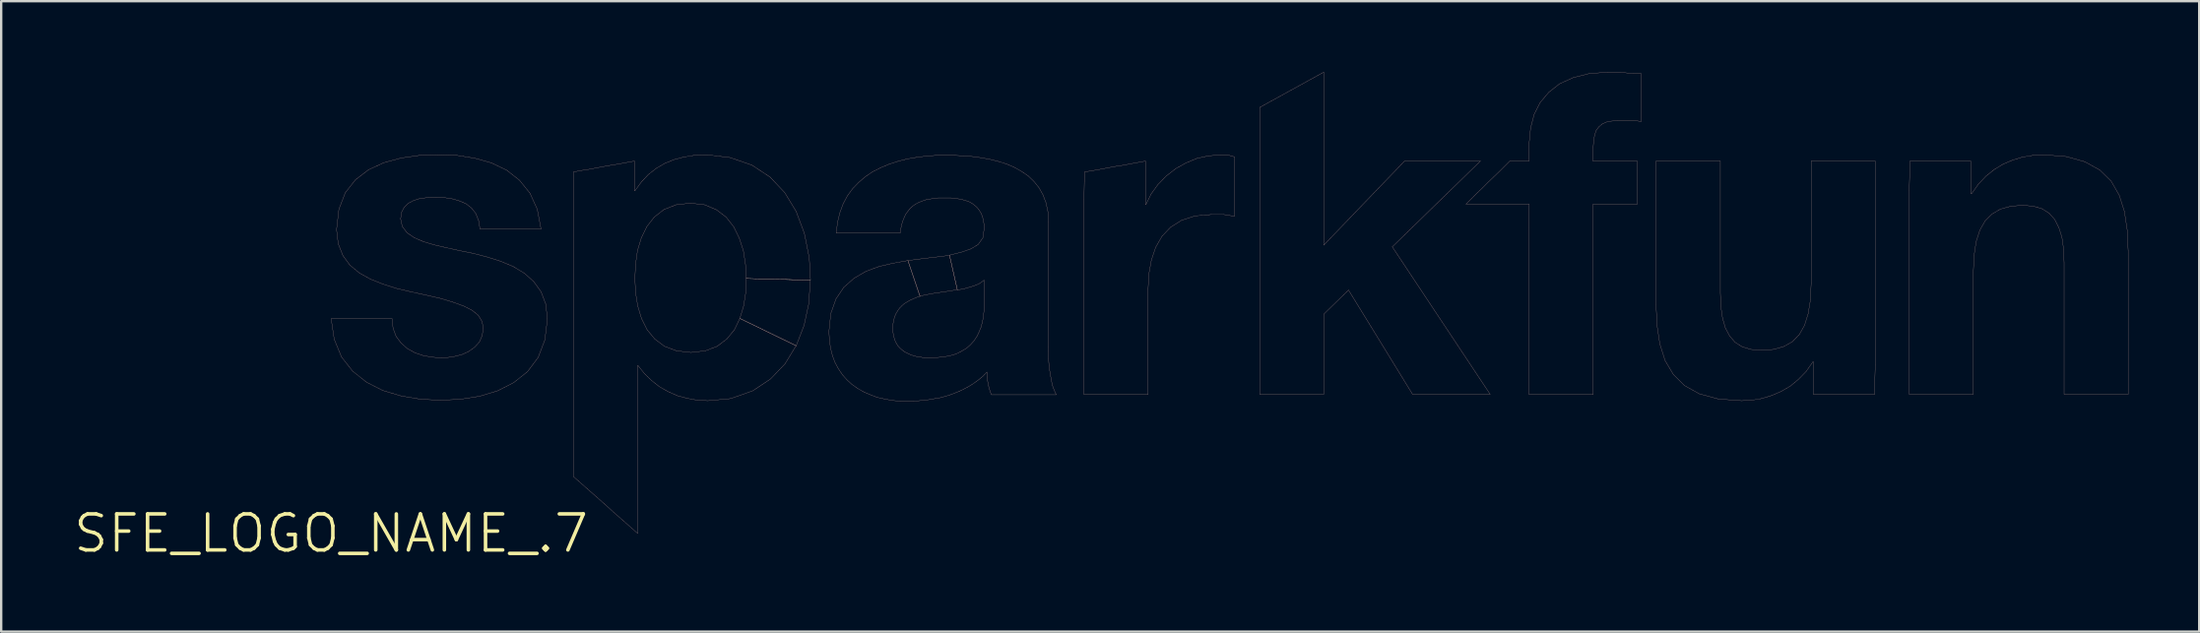
<source format=kicad_pcb>
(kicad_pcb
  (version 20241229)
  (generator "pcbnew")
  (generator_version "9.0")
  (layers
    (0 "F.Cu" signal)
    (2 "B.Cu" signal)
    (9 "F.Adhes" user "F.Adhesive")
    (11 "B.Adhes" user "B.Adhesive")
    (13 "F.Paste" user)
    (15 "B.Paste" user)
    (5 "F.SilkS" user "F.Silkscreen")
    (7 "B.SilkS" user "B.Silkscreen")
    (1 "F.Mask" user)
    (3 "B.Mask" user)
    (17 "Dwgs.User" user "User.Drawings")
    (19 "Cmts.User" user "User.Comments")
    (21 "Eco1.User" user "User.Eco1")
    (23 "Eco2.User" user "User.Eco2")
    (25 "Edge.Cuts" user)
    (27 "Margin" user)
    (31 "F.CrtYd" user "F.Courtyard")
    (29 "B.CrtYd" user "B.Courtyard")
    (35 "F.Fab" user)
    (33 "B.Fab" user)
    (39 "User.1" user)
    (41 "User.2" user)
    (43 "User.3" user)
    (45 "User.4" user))
  (footprint "SFE_LOGO_NAME_.7"
    (layer "F.Cu")
    (at 10.958 19.524)
    (property "Reference" "SFE_LOGO_NAME_.7" (at 0 0 0) (layer "F.SilkS") (effects (font (size 1.524 1.524) (thickness 0.15))))
    (attr exclude_from_pos_files exclude_from_bom)
    (fp_line (start 0 -9.088) (end 2.248 -9.088) (stroke (width 0.008) (type solid)) (layer "B.SilkS"))
    (fp_line (start 0.13 -8.219) (end 0 -9.088) (stroke (width 0.008) (type solid)) (layer "B.SilkS"))
    (fp_line (start 0.229 -12.857) (end 0.328 -13.719) (stroke (width 0.008) (type solid)) (layer "B.SilkS"))
    (fp_line (start 0.3 -12.258) (end 0.229 -12.857) (stroke (width 0.008) (type solid)) (layer "B.SilkS"))
    (fp_line (start 0.328 -13.719) (end 0.599 -14.42) (stroke (width 0.008) (type solid)) (layer "B.SilkS"))
    (fp_line (start 0.439 -7.468) (end 0.13 -8.219) (stroke (width 0.008) (type solid)) (layer "B.SilkS"))
    (fp_line (start 0.498 -11.758) (end 0.3 -12.258) (stroke (width 0.008) (type solid)) (layer "B.SilkS"))
    (fp_line (start 0.599 -14.42) (end 1.029 -14.968) (stroke (width 0.008) (type solid)) (layer "B.SilkS"))
    (fp_line (start 0.798 -11.349) (end 0.498 -11.758) (stroke (width 0.008) (type solid)) (layer "B.SilkS"))
    (fp_line (start 0.909 -6.868) (end 0.439 -7.468) (stroke (width 0.008) (type solid)) (layer "B.SilkS"))
    (fp_line (start 1.029 -14.968) (end 1.58 -15.39) (stroke (width 0.008) (type solid)) (layer "B.SilkS"))
    (fp_line (start 1.199 -11.019) (end 0.798 -11.349) (stroke (width 0.008) (type solid)) (layer "B.SilkS"))
    (fp_line (start 1.499 -6.398) (end 0.909 -6.868) (stroke (width 0.008) (type solid)) (layer "B.SilkS"))
    (fp_line (start 1.58 -15.39) (end 2.228 -15.69) (stroke (width 0.008) (type solid)) (layer "B.SilkS"))
    (fp_line (start 1.669 -10.759) (end 1.199 -11.019) (stroke (width 0.008) (type solid)) (layer "B.SilkS"))
    (fp_line (start 2.189 -6.048) (end 1.499 -6.398) (stroke (width 0.008) (type solid)) (layer "B.SilkS"))
    (fp_line (start 2.2 -10.549) (end 1.669 -10.759) (stroke (width 0.008) (type solid)) (layer "B.SilkS"))
    (fp_line (start 2.228 -15.69) (end 2.959 -15.888) (stroke (width 0.008) (type solid)) (layer "B.SilkS"))
    (fp_line (start 2.248 -9.088) (end 2.578 -9.088) (stroke (width 0.008) (type solid)) (layer "B.SilkS"))
    (fp_line (start 2.578 -9.088) (end 2.619 -8.689) (stroke (width 0.008) (type solid)) (layer "B.SilkS"))
    (fp_line (start 2.619 -8.689) (end 2.748 -8.339) (stroke (width 0.008) (type solid)) (layer "B.SilkS"))
    (fp_line (start 2.748 -8.339) (end 2.959 -8.059) (stroke (width 0.008) (type solid)) (layer "B.SilkS"))
    (fp_line (start 2.769 -10.368) (end 2.2 -10.549) (stroke (width 0.008) (type solid)) (layer "B.SilkS"))
    (fp_line (start 2.939 -13.31) (end 3.01 -12.99) (stroke (width 0.008) (type solid)) (layer "B.SilkS"))
    (fp_line (start 2.959 -15.888) (end 3.729 -15.999) (stroke (width 0.008) (type solid)) (layer "B.SilkS"))
    (fp_line (start 2.959 -8.059) (end 3.218 -7.828) (stroke (width 0.008) (type solid)) (layer "B.SilkS"))
    (fp_line (start 2.959 -5.819) (end 2.189 -6.048) (stroke (width 0.008) (type solid)) (layer "B.SilkS"))
    (fp_line (start 2.979 -13.589) (end 2.939 -13.31) (stroke (width 0.008) (type solid)) (layer "B.SilkS"))
    (fp_line (start 3.01 -12.99) (end 3.208 -12.728) (stroke (width 0.008) (type solid)) (layer "B.SilkS"))
    (fp_line (start 3.089 -13.8) (end 2.979 -13.589) (stroke (width 0.008) (type solid)) (layer "B.SilkS"))
    (fp_line (start 3.208 -12.728) (end 3.508 -12.52) (stroke (width 0.008) (type solid)) (layer "B.SilkS"))
    (fp_line (start 3.218 -7.828) (end 3.538 -7.648) (stroke (width 0.008) (type solid)) (layer "B.SilkS"))
    (fp_line (start 3.259 -13.97) (end 3.089 -13.8) (stroke (width 0.008) (type solid)) (layer "B.SilkS"))
    (fp_line (start 3.358 -10.229) (end 2.769 -10.368) (stroke (width 0.008) (type solid)) (layer "B.SilkS"))
    (fp_line (start 3.47 -14.079) (end 3.259 -13.97) (stroke (width 0.008) (type solid)) (layer "B.SilkS"))
    (fp_line (start 3.508 -12.52) (end 3.899 -12.349) (stroke (width 0.008) (type solid)) (layer "B.SilkS"))
    (fp_line (start 3.538 -7.648) (end 3.889 -7.529) (stroke (width 0.008) (type solid)) (layer "B.SilkS"))
    (fp_line (start 3.698 -14.158) (end 3.47 -14.079) (stroke (width 0.008) (type solid)) (layer "B.SilkS"))
    (fp_line (start 3.729 -15.999) (end 4.519 -16.03) (stroke (width 0.008) (type solid)) (layer "B.SilkS"))
    (fp_line (start 3.79 -5.679) (end 2.959 -5.819) (stroke (width 0.008) (type solid)) (layer "B.SilkS"))
    (fp_line (start 3.889 -7.529) (end 4.27 -7.46) (stroke (width 0.008) (type solid)) (layer "B.SilkS"))
    (fp_line (start 3.899 -12.349) (end 4.369 -12.21) (stroke (width 0.008) (type solid)) (layer "B.SilkS"))
    (fp_line (start 3.96 -14.199) (end 3.698 -14.158) (stroke (width 0.008) (type solid)) (layer "B.SilkS"))
    (fp_line (start 4.049 -10.079) (end 3.358 -10.229) (stroke (width 0.008) (type solid)) (layer "B.SilkS"))
    (fp_line (start 4.209 -14.229) (end 3.96 -14.199) (stroke (width 0.008) (type solid)) (layer "B.SilkS"))
    (fp_line (start 4.27 -7.46) (end 4.658 -7.429) (stroke (width 0.008) (type solid)) (layer "B.SilkS"))
    (fp_line (start 4.369 -12.21) (end 4.889 -12.088) (stroke (width 0.008) (type solid)) (layer "B.SilkS"))
    (fp_line (start 4.448 -14.229) (end 4.209 -14.229) (stroke (width 0.008) (type solid)) (layer "B.SilkS"))
    (fp_line (start 4.519 -16.03) (end 5.319 -15.999) (stroke (width 0.008) (type solid)) (layer "B.SilkS"))
    (fp_line (start 4.638 -5.639) (end 3.79 -5.679) (stroke (width 0.008) (type solid)) (layer "B.SilkS"))
    (fp_line (start 4.658 -9.939) (end 4.049 -10.079) (stroke (width 0.008) (type solid)) (layer "B.SilkS"))
    (fp_line (start 4.658 -7.429) (end 4.958 -7.45) (stroke (width 0.008) (type solid)) (layer "B.SilkS"))
    (fp_line (start 4.808 -14.209) (end 4.448 -14.229) (stroke (width 0.008) (type solid)) (layer "B.SilkS"))
    (fp_line (start 4.889 -12.088) (end 5.438 -11.968) (stroke (width 0.008) (type solid)) (layer "B.SilkS"))
    (fp_line (start 4.958 -7.45) (end 5.258 -7.498) (stroke (width 0.008) (type solid)) (layer "B.SilkS"))
    (fp_line (start 5.138 -14.158) (end 4.808 -14.209) (stroke (width 0.008) (type solid)) (layer "B.SilkS"))
    (fp_line (start 5.179 -9.779) (end 4.658 -9.939) (stroke (width 0.008) (type solid)) (layer "B.SilkS"))
    (fp_line (start 5.258 -7.498) (end 5.558 -7.579) (stroke (width 0.008) (type solid)) (layer "B.SilkS"))
    (fp_line (start 5.319 -15.999) (end 6.078 -15.878) (stroke (width 0.008) (type solid)) (layer "B.SilkS"))
    (fp_line (start 5.438 -14.069) (end 5.138 -14.158) (stroke (width 0.008) (type solid)) (layer "B.SilkS"))
    (fp_line (start 5.438 -11.968) (end 6.02 -11.849) (stroke (width 0.008) (type solid)) (layer "B.SilkS"))
    (fp_line (start 5.469 -5.679) (end 4.638 -5.639) (stroke (width 0.008) (type solid)) (layer "B.SilkS"))
    (fp_line (start 5.558 -7.579) (end 5.829 -7.709) (stroke (width 0.008) (type solid)) (layer "B.SilkS"))
    (fp_line (start 5.618 -9.619) (end 5.179 -9.779) (stroke (width 0.008) (type solid)) (layer "B.SilkS"))
    (fp_line (start 5.71 -13.95) (end 5.438 -14.069) (stroke (width 0.008) (type solid)) (layer "B.SilkS"))
    (fp_line (start 5.829 -7.709) (end 6.068 -7.879) (stroke (width 0.008) (type solid)) (layer "B.SilkS"))
    (fp_line (start 5.939 -13.769) (end 5.71 -13.95) (stroke (width 0.008) (type solid)) (layer "B.SilkS"))
    (fp_line (start 5.969 -9.439) (end 5.618 -9.619) (stroke (width 0.008) (type solid)) (layer "B.SilkS"))
    (fp_line (start 6.02 -11.849) (end 6.599 -11.699) (stroke (width 0.008) (type solid)) (layer "B.SilkS"))
    (fp_line (start 6.068 -7.879) (end 6.269 -8.098) (stroke (width 0.008) (type solid)) (layer "B.SilkS"))
    (fp_line (start 6.078 -15.878) (end 6.789 -15.679) (stroke (width 0.008) (type solid)) (layer "B.SilkS"))
    (fp_line (start 6.119 -13.538) (end 5.939 -13.769) (stroke (width 0.008) (type solid)) (layer "B.SilkS"))
    (fp_line (start 6.228 -9.228) (end 5.969 -9.439) (stroke (width 0.008) (type solid)) (layer "B.SilkS"))
    (fp_line (start 6.238 -13.238) (end 6.119 -13.538) (stroke (width 0.008) (type solid)) (layer "B.SilkS"))
    (fp_line (start 6.269 -8.098) (end 6.388 -8.369) (stroke (width 0.008) (type solid)) (layer "B.SilkS"))
    (fp_line (start 6.289 -5.809) (end 5.469 -5.679) (stroke (width 0.008) (type solid)) (layer "B.SilkS"))
    (fp_line (start 6.299 -12.878) (end 6.238 -13.238) (stroke (width 0.008) (type solid)) (layer "B.SilkS"))
    (fp_line (start 6.378 -8.979) (end 6.228 -9.228) (stroke (width 0.008) (type solid)) (layer "B.SilkS"))
    (fp_line (start 6.388 -8.369) (end 6.439 -8.7) (stroke (width 0.008) (type solid)) (layer "B.SilkS"))
    (fp_line (start 6.439 -8.7) (end 6.378 -8.979) (stroke (width 0.008) (type solid)) (layer "B.SilkS"))
    (fp_line (start 6.599 -11.699) (end 7.168 -11.519) (stroke (width 0.008) (type solid)) (layer "B.SilkS"))
    (fp_line (start 6.789 -15.679) (end 7.429 -15.37) (stroke (width 0.008) (type solid)) (layer "B.SilkS"))
    (fp_line (start 7.048 -6.038) (end 6.289 -5.809) (stroke (width 0.008) (type solid)) (layer "B.SilkS"))
    (fp_line (start 7.168 -11.519) (end 7.699 -11.298) (stroke (width 0.008) (type solid)) (layer "B.SilkS"))
    (fp_line (start 7.429 -15.37) (end 7.968 -14.948) (stroke (width 0.008) (type solid)) (layer "B.SilkS"))
    (fp_line (start 7.699 -11.298) (end 8.179 -11.008) (stroke (width 0.008) (type solid)) (layer "B.SilkS"))
    (fp_line (start 7.729 -6.388) (end 7.048 -6.038) (stroke (width 0.008) (type solid)) (layer "B.SilkS"))
    (fp_line (start 7.968 -14.948) (end 8.41 -14.399) (stroke (width 0.008) (type solid)) (layer "B.SilkS"))
    (fp_line (start 8.179 -11.008) (end 8.57 -10.658) (stroke (width 0.008) (type solid)) (layer "B.SilkS"))
    (fp_line (start 8.308 -6.848) (end 7.729 -6.388) (stroke (width 0.008) (type solid)) (layer "B.SilkS"))
    (fp_line (start 8.41 -14.399) (end 8.72 -13.719) (stroke (width 0.008) (type solid)) (layer "B.SilkS"))
    (fp_line (start 8.57 -10.658) (end 8.88 -10.229) (stroke (width 0.008) (type solid)) (layer "B.SilkS"))
    (fp_line (start 8.72 -13.719) (end 8.88 -12.878) (stroke (width 0.008) (type solid)) (layer "B.SilkS"))
    (fp_line (start 8.758 -7.45) (end 8.308 -6.848) (stroke (width 0.008) (type solid)) (layer "B.SilkS"))
    (fp_line (start 8.88 -12.878) (end 6.299 -12.878) (stroke (width 0.008) (type solid)) (layer "B.SilkS"))
    (fp_line (start 8.88 -10.229) (end 9.078 -9.708) (stroke (width 0.008) (type solid)) (layer "B.SilkS"))
    (fp_line (start 9.04 -8.189) (end 8.758 -7.45) (stroke (width 0.008) (type solid)) (layer "B.SilkS"))
    (fp_line (start 9.078 -9.708) (end 9.149 -9.078) (stroke (width 0.008) (type solid)) (layer "B.SilkS"))
    (fp_line (start 9.149 -9.078) (end 9.04 -8.189) (stroke (width 0.008) (type solid)) (layer "B.SilkS"))
    (fp_line (start 10.249 -15.298) (end 10.579 -15.359) (stroke (width 0.008) (type solid)) (layer "B.SilkS"))
    (fp_line (start 10.249 -2.408) (end 10.249 -15.298) (stroke (width 0.008) (type solid)) (layer "B.SilkS"))
    (fp_line (start 10.579 -15.359) (end 10.899 -15.408) (stroke (width 0.008) (type solid)) (layer "B.SilkS"))
    (fp_line (start 10.589 -2.108) (end 10.249 -2.408) (stroke (width 0.008) (type solid)) (layer "B.SilkS"))
    (fp_line (start 10.899 -15.408) (end 11.219 -15.469) (stroke (width 0.008) (type solid)) (layer "B.SilkS"))
    (fp_line (start 10.93 -1.808) (end 10.589 -2.108) (stroke (width 0.008) (type solid)) (layer "B.SilkS"))
    (fp_line (start 11.219 -15.469) (end 11.539 -15.53) (stroke (width 0.008) (type solid)) (layer "B.SilkS"))
    (fp_line (start 11.27 -1.509) (end 10.93 -1.808) (stroke (width 0.008) (type solid)) (layer "B.SilkS"))
    (fp_line (start 11.539 -15.53) (end 11.869 -15.588) (stroke (width 0.008) (type solid)) (layer "B.SilkS"))
    (fp_line (start 11.608 -1.209) (end 11.27 -1.509) (stroke (width 0.008) (type solid)) (layer "B.SilkS"))
    (fp_line (start 11.869 -15.588) (end 12.189 -15.639) (stroke (width 0.008) (type solid)) (layer "B.SilkS"))
    (fp_line (start 11.948 -0.899) (end 11.608 -1.209) (stroke (width 0.008) (type solid)) (layer "B.SilkS"))
    (fp_line (start 12.189 -15.639) (end 12.509 -15.7) (stroke (width 0.008) (type solid)) (layer "B.SilkS"))
    (fp_line (start 12.289 -0.599) (end 11.948 -0.899) (stroke (width 0.008) (type solid)) (layer "B.SilkS"))
    (fp_line (start 12.509 -15.7) (end 12.83 -15.758) (stroke (width 0.008) (type solid)) (layer "B.SilkS"))
    (fp_line (start 12.629 -0.3) (end 12.289 -0.599) (stroke (width 0.008) (type solid)) (layer "B.SilkS"))
    (fp_line (start 12.83 -15.758) (end 12.83 -14.498) (stroke (width 0.008) (type solid)) (layer "B.SilkS"))
    (fp_line (start 12.83 -14.498) (end 12.85 -14.498) (stroke (width 0.008) (type solid)) (layer "B.SilkS"))
    (fp_line (start 12.85 -14.498) (end 13.119 -14.869) (stroke (width 0.008) (type solid)) (layer "B.SilkS"))
    (fp_line (start 12.85 -10.79) (end 12.878 -10.198) (stroke (width 0.008) (type solid)) (layer "B.SilkS"))
    (fp_line (start 12.878 -11.389) (end 12.85 -10.79) (stroke (width 0.008) (type solid)) (layer "B.SilkS"))
    (fp_line (start 12.878 -10.198) (end 12.969 -9.629) (stroke (width 0.008) (type solid)) (layer "B.SilkS"))
    (fp_line (start 12.959 -11.968) (end 12.878 -11.389) (stroke (width 0.008) (type solid)) (layer "B.SilkS"))
    (fp_line (start 12.969 -9.629) (end 13.129 -9.098) (stroke (width 0.008) (type solid)) (layer "B.SilkS"))
    (fp_line (start 12.969 -7.109) (end 12.969 0) (stroke (width 0.008) (type solid)) (layer "B.SilkS"))
    (fp_line (start 12.969 0) (end 12.629 -0.3) (stroke (width 0.008) (type solid)) (layer "B.SilkS"))
    (fp_line (start 12.979 -7.109) (end 12.969 -7.109) (stroke (width 0.008) (type solid)) (layer "B.SilkS"))
    (fp_line (start 13.119 -14.869) (end 13.419 -15.189) (stroke (width 0.008) (type solid)) (layer "B.SilkS"))
    (fp_line (start 13.119 -12.499) (end 12.959 -11.968) (stroke (width 0.008) (type solid)) (layer "B.SilkS"))
    (fp_line (start 13.129 -9.098) (end 13.368 -8.618) (stroke (width 0.008) (type solid)) (layer "B.SilkS"))
    (fp_line (start 13.249 -6.769) (end 12.979 -7.109) (stroke (width 0.008) (type solid)) (layer "B.SilkS"))
    (fp_line (start 13.358 -12.99) (end 13.119 -12.499) (stroke (width 0.008) (type solid)) (layer "B.SilkS"))
    (fp_line (start 13.368 -8.618) (end 13.688 -8.23) (stroke (width 0.008) (type solid)) (layer "B.SilkS"))
    (fp_line (start 13.419 -15.189) (end 13.749 -15.448) (stroke (width 0.008) (type solid)) (layer "B.SilkS"))
    (fp_line (start 13.559 -6.469) (end 13.249 -6.769) (stroke (width 0.008) (type solid)) (layer "B.SilkS"))
    (fp_line (start 13.668 -13.388) (end 13.358 -12.99) (stroke (width 0.008) (type solid)) (layer "B.SilkS"))
    (fp_line (start 13.688 -8.23) (end 14.1 -7.92) (stroke (width 0.008) (type solid)) (layer "B.SilkS"))
    (fp_line (start 13.749 -15.448) (end 14.11 -15.659) (stroke (width 0.008) (type solid)) (layer "B.SilkS"))
    (fp_line (start 13.889 -6.208) (end 13.559 -6.469) (stroke (width 0.008) (type solid)) (layer "B.SilkS"))
    (fp_line (start 14.079 -13.708) (end 13.668 -13.388) (stroke (width 0.008) (type solid)) (layer "B.SilkS"))
    (fp_line (start 14.1 -7.92) (end 14.608 -7.729) (stroke (width 0.008) (type solid)) (layer "B.SilkS"))
    (fp_line (start 14.11 -15.659) (end 14.498 -15.819) (stroke (width 0.008) (type solid)) (layer "B.SilkS"))
    (fp_line (start 14.26 -5.999) (end 13.889 -6.208) (stroke (width 0.008) (type solid)) (layer "B.SilkS"))
    (fp_line (start 14.498 -15.819) (end 14.91 -15.928) (stroke (width 0.008) (type solid)) (layer "B.SilkS"))
    (fp_line (start 14.59 -13.909) (end 14.079 -13.708) (stroke (width 0.008) (type solid)) (layer "B.SilkS"))
    (fp_line (start 14.608 -7.729) (end 15.22 -7.658) (stroke (width 0.008) (type solid)) (layer "B.SilkS"))
    (fp_line (start 14.648 -5.829) (end 14.26 -5.999) (stroke (width 0.008) (type solid)) (layer "B.SilkS"))
    (fp_line (start 14.91 -15.928) (end 15.339 -15.999) (stroke (width 0.008) (type solid)) (layer "B.SilkS"))
    (fp_line (start 15.06 -5.718) (end 14.648 -5.829) (stroke (width 0.008) (type solid)) (layer "B.SilkS"))
    (fp_line (start 15.199 -13.978) (end 14.59 -13.909) (stroke (width 0.008) (type solid)) (layer "B.SilkS"))
    (fp_line (start 15.22 -7.658) (end 15.829 -7.729) (stroke (width 0.008) (type solid)) (layer "B.SilkS"))
    (fp_line (start 15.339 -15.999) (end 15.789 -16.02) (stroke (width 0.008) (type solid)) (layer "B.SilkS"))
    (fp_line (start 15.489 -5.639) (end 15.06 -5.718) (stroke (width 0.008) (type solid)) (layer "B.SilkS"))
    (fp_line (start 15.789 -16.02) (end 15.928 -16.02) (stroke (width 0.008) (type solid)) (layer "B.SilkS"))
    (fp_line (start 15.799 -13.909) (end 15.199 -13.978) (stroke (width 0.008) (type solid)) (layer "B.SilkS"))
    (fp_line (start 15.829 -7.729) (end 16.33 -7.92) (stroke (width 0.008) (type solid)) (layer "B.SilkS"))
    (fp_line (start 15.928 -16.02) (end 16.868 -15.908) (stroke (width 0.008) (type solid)) (layer "B.SilkS"))
    (fp_line (start 15.938 -5.618) (end 15.489 -5.639) (stroke (width 0.008) (type solid)) (layer "B.SilkS"))
    (fp_line (start 16.299 -13.698) (end 15.799 -13.909) (stroke (width 0.008) (type solid)) (layer "B.SilkS"))
    (fp_line (start 16.33 -7.92) (end 16.739 -8.23) (stroke (width 0.008) (type solid)) (layer "B.SilkS"))
    (fp_line (start 16.708 -13.388) (end 16.299 -13.698) (stroke (width 0.008) (type solid)) (layer "B.SilkS"))
    (fp_line (start 16.739 -8.23) (end 17.059 -8.618) (stroke (width 0.008) (type solid)) (layer "B.SilkS"))
    (fp_line (start 16.838 -5.7) (end 15.938 -5.618) (stroke (width 0.008) (type solid)) (layer "B.SilkS"))
    (fp_line (start 16.868 -15.908) (end 17.798 -15.588) (stroke (width 0.008) (type solid)) (layer "B.SilkS"))
    (fp_line (start 16.96 -5.728) (end 16.838 -5.7) (stroke (width 0.008) (type solid)) (layer "B.SilkS"))
    (fp_line (start 17.028 -12.979) (end 16.708 -13.388) (stroke (width 0.008) (type solid)) (layer "B.SilkS"))
    (fp_line (start 17.059 -8.618) (end 17.29 -9.098) (stroke (width 0.008) (type solid)) (layer "B.SilkS"))
    (fp_line (start 17.269 -12.489) (end 17.028 -12.979) (stroke (width 0.008) (type solid)) (layer "B.SilkS"))
    (fp_line (start 17.29 -9.098) (end 17.45 -9.629) (stroke (width 0.008) (type solid)) (layer "B.SilkS"))
    (fp_line (start 17.29 -9.098) (end 19.67 -7.948) (stroke (width 0.008) (type solid)) (layer "B.SilkS"))
    (fp_line (start 17.44 -11.958) (end 17.269 -12.489) (stroke (width 0.008) (type solid)) (layer "B.SilkS"))
    (fp_line (start 17.45 -9.629) (end 17.539 -10.198) (stroke (width 0.008) (type solid)) (layer "B.SilkS"))
    (fp_line (start 17.529 -11.379) (end 17.44 -11.958) (stroke (width 0.008) (type solid)) (layer "B.SilkS"))
    (fp_line (start 17.539 -10.198) (end 17.559 -10.79) (stroke (width 0.008) (type solid)) (layer "B.SilkS"))
    (fp_line (start 17.559 -10.79) (end 17.529 -11.379) (stroke (width 0.008) (type solid)) (layer "B.SilkS"))
    (fp_line (start 17.559 -10.79) (end 20.269 -10.719) (stroke (width 0.008) (type solid)) (layer "B.SilkS"))
    (fp_line (start 17.798 -15.588) (end 18.57 -15.08) (stroke (width 0.008) (type solid)) (layer "B.SilkS"))
    (fp_line (start 17.838 -6.038) (end 16.96 -5.728) (stroke (width 0.008) (type solid)) (layer "B.SilkS"))
    (fp_line (start 18.57 -15.08) (end 19.19 -14.42) (stroke (width 0.008) (type solid)) (layer "B.SilkS"))
    (fp_line (start 18.588 -6.538) (end 17.838 -6.038) (stroke (width 0.008) (type solid)) (layer "B.SilkS"))
    (fp_line (start 19.19 -14.42) (end 19.67 -13.63) (stroke (width 0.008) (type solid)) (layer "B.SilkS"))
    (fp_line (start 19.2 -7.178) (end 18.588 -6.538) (stroke (width 0.008) (type solid)) (layer "B.SilkS"))
    (fp_line (start 19.67 -13.63) (end 20.008 -12.728) (stroke (width 0.008) (type solid)) (layer "B.SilkS"))
    (fp_line (start 19.67 -7.948) (end 19.2 -7.178) (stroke (width 0.008) (type solid)) (layer "B.SilkS"))
    (fp_line (start 19.67 -7.938) (end 17.29 -9.098) (stroke (width 0.008) (type solid)) (layer "B.SilkS"))
    (fp_line (start 20.008 -12.728) (end 20.038 -12.609) (stroke (width 0.008) (type solid)) (layer "B.SilkS"))
    (fp_line (start 20.008 -8.809) (end 19.67 -7.938) (stroke (width 0.008) (type solid)) (layer "B.SilkS"))
    (fp_line (start 20.038 -12.609) (end 20.208 -11.748) (stroke (width 0.008) (type solid)) (layer "B.SilkS"))
    (fp_line (start 20.208 -11.748) (end 20.229 -11.618) (stroke (width 0.008) (type solid)) (layer "B.SilkS"))
    (fp_line (start 20.208 -9.738) (end 20.008 -8.809) (stroke (width 0.008) (type solid)) (layer "B.SilkS"))
    (fp_line (start 20.229 -11.618) (end 20.279 -10.719) (stroke (width 0.008) (type solid)) (layer "B.SilkS"))
    (fp_line (start 20.269 -10.719) (end 20.208 -9.738) (stroke (width 0.008) (type solid)) (layer "B.SilkS"))
    (fp_line (start 20.279 -10.719) (end 17.559 -10.79) (stroke (width 0.008) (type solid)) (layer "B.SilkS"))
    (fp_line (start 21.059 -8.55) (end 21.138 -9.309) (stroke (width 0.008) (type solid)) (layer "B.SilkS"))
    (fp_line (start 21.079 -8.179) (end 21.059 -8.55) (stroke (width 0.008) (type solid)) (layer "B.SilkS"))
    (fp_line (start 21.128 -7.838) (end 21.079 -8.179) (stroke (width 0.008) (type solid)) (layer "B.SilkS"))
    (fp_line (start 21.138 -9.309) (end 21.359 -9.929) (stroke (width 0.008) (type solid)) (layer "B.SilkS"))
    (fp_line (start 21.209 -7.518) (end 21.128 -7.838) (stroke (width 0.008) (type solid)) (layer "B.SilkS"))
    (fp_line (start 21.318 -7.229) (end 21.209 -7.518) (stroke (width 0.008) (type solid)) (layer "B.SilkS"))
    (fp_line (start 21.359 -9.929) (end 21.689 -10.419) (stroke (width 0.008) (type solid)) (layer "B.SilkS"))
    (fp_line (start 21.369 -12.708) (end 21.42 -13.16) (stroke (width 0.008) (type solid)) (layer "B.SilkS"))
    (fp_line (start 21.42 -13.16) (end 21.519 -13.569) (stroke (width 0.008) (type solid)) (layer "B.SilkS"))
    (fp_line (start 21.458 -6.97) (end 21.318 -7.229) (stroke (width 0.008) (type solid)) (layer "B.SilkS"))
    (fp_line (start 21.519 -13.569) (end 21.659 -13.95) (stroke (width 0.008) (type solid)) (layer "B.SilkS"))
    (fp_line (start 21.628 -6.718) (end 21.458 -6.97) (stroke (width 0.008) (type solid)) (layer "B.SilkS"))
    (fp_line (start 21.659 -13.95) (end 21.839 -14.287) (stroke (width 0.008) (type solid)) (layer "B.SilkS"))
    (fp_line (start 21.689 -10.419) (end 22.118 -10.798) (stroke (width 0.008) (type solid)) (layer "B.SilkS"))
    (fp_line (start 21.819 -6.5) (end 21.628 -6.718) (stroke (width 0.008) (type solid)) (layer "B.SilkS"))
    (fp_line (start 21.839 -14.287) (end 22.06 -14.59) (stroke (width 0.008) (type solid)) (layer "B.SilkS"))
    (fp_line (start 22.029 -6.309) (end 21.819 -6.5) (stroke (width 0.008) (type solid)) (layer "B.SilkS"))
    (fp_line (start 22.06 -14.59) (end 22.319 -14.859) (stroke (width 0.008) (type solid)) (layer "B.SilkS"))
    (fp_line (start 22.118 -10.798) (end 22.619 -11.09) (stroke (width 0.008) (type solid)) (layer "B.SilkS"))
    (fp_line (start 22.268 -6.139) (end 22.029 -6.309) (stroke (width 0.008) (type solid)) (layer "B.SilkS"))
    (fp_line (start 22.319 -14.859) (end 22.598 -15.098) (stroke (width 0.008) (type solid)) (layer "B.SilkS"))
    (fp_line (start 22.53 -5.989) (end 22.268 -6.139) (stroke (width 0.008) (type solid)) (layer "B.SilkS"))
    (fp_line (start 22.598 -15.098) (end 22.908 -15.309) (stroke (width 0.008) (type solid)) (layer "B.SilkS"))
    (fp_line (start 22.619 -11.09) (end 23.177 -11.298) (stroke (width 0.008) (type solid)) (layer "B.SilkS"))
    (fp_line (start 22.809 -5.87) (end 22.53 -5.989) (stroke (width 0.008) (type solid)) (layer "B.SilkS"))
    (fp_line (start 22.908 -15.309) (end 23.249 -15.479) (stroke (width 0.008) (type solid)) (layer "B.SilkS"))
    (fp_line (start 23.099 -5.758) (end 22.809 -5.87) (stroke (width 0.008) (type solid)) (layer "B.SilkS"))
    (fp_line (start 23.177 -11.298) (end 23.779 -11.438) (stroke (width 0.008) (type solid)) (layer "B.SilkS"))
    (fp_line (start 23.249 -15.479) (end 23.609 -15.629) (stroke (width 0.008) (type solid)) (layer "B.SilkS"))
    (fp_line (start 23.409 -5.69) (end 23.099 -5.758) (stroke (width 0.008) (type solid)) (layer "B.SilkS"))
    (fp_line (start 23.609 -15.629) (end 23.978 -15.748) (stroke (width 0.008) (type solid)) (layer "B.SilkS"))
    (fp_line (start 23.739 -5.629) (end 23.409 -5.69) (stroke (width 0.008) (type solid)) (layer "B.SilkS"))
    (fp_line (start 23.769 -8.86) (end 23.769 -8.509) (stroke (width 0.008) (type solid)) (layer "B.SilkS"))
    (fp_line (start 23.769 -8.509) (end 23.8 -8.349) (stroke (width 0.008) (type solid)) (layer "B.SilkS"))
    (fp_line (start 23.779 -11.438) (end 24.399 -11.549) (stroke (width 0.008) (type solid)) (layer "B.SilkS"))
    (fp_line (start 23.8 -9.03) (end 23.769 -8.86) (stroke (width 0.008) (type solid)) (layer "B.SilkS"))
    (fp_line (start 23.8 -8.349) (end 23.838 -8.199) (stroke (width 0.008) (type solid)) (layer "B.SilkS"))
    (fp_line (start 23.838 -9.169) (end 23.8 -9.03) (stroke (width 0.008) (type solid)) (layer "B.SilkS"))
    (fp_line (start 23.838 -8.199) (end 23.899 -8.07) (stroke (width 0.008) (type solid)) (layer "B.SilkS"))
    (fp_line (start 23.899 -9.309) (end 23.838 -9.169) (stroke (width 0.008) (type solid)) (layer "B.SilkS"))
    (fp_line (start 23.899 -8.07) (end 23.97 -7.948) (stroke (width 0.008) (type solid)) (layer "B.SilkS"))
    (fp_line (start 23.97 -9.428) (end 23.899 -9.309) (stroke (width 0.008) (type solid)) (layer "B.SilkS"))
    (fp_line (start 23.97 -7.948) (end 24.059 -7.849) (stroke (width 0.008) (type solid)) (layer "B.SilkS"))
    (fp_line (start 23.978 -15.748) (end 24.369 -15.85) (stroke (width 0.008) (type solid)) (layer "B.SilkS"))
    (fp_line (start 24.049 -9.538) (end 23.97 -9.428) (stroke (width 0.008) (type solid)) (layer "B.SilkS"))
    (fp_line (start 24.059 -7.849) (end 24.158 -7.76) (stroke (width 0.008) (type solid)) (layer "B.SilkS"))
    (fp_line (start 24.069 -12.708) (end 21.369 -12.708) (stroke (width 0.008) (type solid)) (layer "B.SilkS"))
    (fp_line (start 24.069 -5.598) (end 23.739 -5.629) (stroke (width 0.008) (type solid)) (layer "B.SilkS"))
    (fp_line (start 24.1 -12.898) (end 24.069 -12.708) (stroke (width 0.008) (type solid)) (layer "B.SilkS"))
    (fp_line (start 24.138 -13.078) (end 24.1 -12.898) (stroke (width 0.008) (type solid)) (layer "B.SilkS"))
    (fp_line (start 24.148 -9.639) (end 24.049 -9.538) (stroke (width 0.008) (type solid)) (layer "B.SilkS"))
    (fp_line (start 24.158 -7.76) (end 24.27 -7.678) (stroke (width 0.008) (type solid)) (layer "B.SilkS"))
    (fp_line (start 24.188 -13.238) (end 24.138 -13.078) (stroke (width 0.008) (type solid)) (layer "B.SilkS"))
    (fp_line (start 24.249 -13.388) (end 24.188 -13.238) (stroke (width 0.008) (type solid)) (layer "B.SilkS"))
    (fp_line (start 24.249 -9.728) (end 24.148 -9.639) (stroke (width 0.008) (type solid)) (layer "B.SilkS"))
    (fp_line (start 24.27 -7.678) (end 24.389 -7.62) (stroke (width 0.008) (type solid)) (layer "B.SilkS"))
    (fp_line (start 24.318 -13.528) (end 24.249 -13.388) (stroke (width 0.008) (type solid)) (layer "B.SilkS"))
    (fp_line (start 24.369 -15.85) (end 24.768 -15.918) (stroke (width 0.008) (type solid)) (layer "B.SilkS"))
    (fp_line (start 24.369 -9.799) (end 24.249 -9.728) (stroke (width 0.008) (type solid)) (layer "B.SilkS"))
    (fp_line (start 24.389 -7.62) (end 24.519 -7.559) (stroke (width 0.008) (type solid)) (layer "B.SilkS"))
    (fp_line (start 24.399 -11.549) (end 24.91 -10.028) (stroke (width 0.008) (type solid)) (layer "B.SilkS"))
    (fp_line (start 24.399 -11.549) (end 25.009 -11.628) (stroke (width 0.008) (type solid)) (layer "B.SilkS"))
    (fp_line (start 24.409 -13.65) (end 24.318 -13.528) (stroke (width 0.008) (type solid)) (layer "B.SilkS"))
    (fp_line (start 24.488 -9.868) (end 24.369 -9.799) (stroke (width 0.008) (type solid)) (layer "B.SilkS"))
    (fp_line (start 24.498 -13.759) (end 24.409 -13.65) (stroke (width 0.008) (type solid)) (layer "B.SilkS"))
    (fp_line (start 24.519 -7.559) (end 24.648 -7.518) (stroke (width 0.008) (type solid)) (layer "B.SilkS"))
    (fp_line (start 24.608 -13.858) (end 24.498 -13.759) (stroke (width 0.008) (type solid)) (layer "B.SilkS"))
    (fp_line (start 24.628 -9.929) (end 24.488 -9.868) (stroke (width 0.008) (type solid)) (layer "B.SilkS"))
    (fp_line (start 24.648 -7.518) (end 24.798 -7.478) (stroke (width 0.008) (type solid)) (layer "B.SilkS"))
    (fp_line (start 24.648 -5.598) (end 24.069 -5.598) (stroke (width 0.008) (type solid)) (layer "B.SilkS"))
    (fp_line (start 24.729 -13.94) (end 24.608 -13.858) (stroke (width 0.008) (type solid)) (layer "B.SilkS"))
    (fp_line (start 24.76 -9.99) (end 24.628 -9.929) (stroke (width 0.008) (type solid)) (layer "B.SilkS"))
    (fp_line (start 24.768 -15.918) (end 25.179 -15.969) (stroke (width 0.008) (type solid)) (layer "B.SilkS"))
    (fp_line (start 24.798 -7.478) (end 24.948 -7.46) (stroke (width 0.008) (type solid)) (layer "B.SilkS"))
    (fp_line (start 24.859 -14.008) (end 24.729 -13.94) (stroke (width 0.008) (type solid)) (layer "B.SilkS"))
    (fp_line (start 24.879 -5.618) (end 24.648 -5.598) (stroke (width 0.008) (type solid)) (layer "B.SilkS"))
    (fp_line (start 24.91 -10.038) (end 24.399 -11.549) (stroke (width 0.008) (type solid)) (layer "B.SilkS"))
    (fp_line (start 24.91 -10.028) (end 24.76 -9.99) (stroke (width 0.008) (type solid)) (layer "B.SilkS"))
    (fp_line (start 24.948 -7.46) (end 25.098 -7.429) (stroke (width 0.008) (type solid)) (layer "B.SilkS"))
    (fp_line (start 25.009 -14.069) (end 24.859 -14.008) (stroke (width 0.008) (type solid)) (layer "B.SilkS"))
    (fp_line (start 25.009 -11.628) (end 25.608 -11.699) (stroke (width 0.008) (type solid)) (layer "B.SilkS"))
    (fp_line (start 25.06 -10.079) (end 24.91 -10.038) (stroke (width 0.008) (type solid)) (layer "B.SilkS"))
    (fp_line (start 25.098 -7.429) (end 25.428 -7.429) (stroke (width 0.008) (type solid)) (layer "B.SilkS"))
    (fp_line (start 25.108 -5.639) (end 24.879 -5.618) (stroke (width 0.008) (type solid)) (layer "B.SilkS"))
    (fp_line (start 25.159 -14.12) (end 25.009 -14.069) (stroke (width 0.008) (type solid)) (layer "B.SilkS"))
    (fp_line (start 25.179 -15.969) (end 25.588 -15.999) (stroke (width 0.008) (type solid)) (layer "B.SilkS"))
    (fp_line (start 25.209 -10.109) (end 25.06 -10.079) (stroke (width 0.008) (type solid)) (layer "B.SilkS"))
    (fp_line (start 25.319 -14.148) (end 25.159 -14.12) (stroke (width 0.008) (type solid)) (layer "B.SilkS"))
    (fp_line (start 25.339 -5.669) (end 25.108 -5.639) (stroke (width 0.008) (type solid)) (layer "B.SilkS"))
    (fp_line (start 25.37 -10.14) (end 25.209 -10.109) (stroke (width 0.008) (type solid)) (layer "B.SilkS"))
    (fp_line (start 25.428 -7.429) (end 25.799 -7.46) (stroke (width 0.008) (type solid)) (layer "B.SilkS"))
    (fp_line (start 25.489 -14.178) (end 25.319 -14.148) (stroke (width 0.008) (type solid)) (layer "B.SilkS"))
    (fp_line (start 25.53 -10.168) (end 25.37 -10.14) (stroke (width 0.008) (type solid)) (layer "B.SilkS"))
    (fp_line (start 25.557 -5.71) (end 25.339 -5.669) (stroke (width 0.008) (type solid)) (layer "B.SilkS"))
    (fp_line (start 25.588 -15.999) (end 26.378 -15.999) (stroke (width 0.008) (type solid)) (layer "B.SilkS"))
    (fp_line (start 25.608 -11.699) (end 26.159 -11.768) (stroke (width 0.008) (type solid)) (layer "B.SilkS"))
    (fp_line (start 25.679 -14.199) (end 25.489 -14.178) (stroke (width 0.008) (type solid)) (layer "B.SilkS"))
    (fp_line (start 25.69 -10.188) (end 25.53 -10.168) (stroke (width 0.008) (type solid)) (layer "B.SilkS"))
    (fp_line (start 25.789 -5.748) (end 25.557 -5.71) (stroke (width 0.008) (type solid)) (layer "B.SilkS"))
    (fp_line (start 25.799 -7.46) (end 26.129 -7.508) (stroke (width 0.008) (type solid)) (layer "B.SilkS"))
    (fp_line (start 25.85 -10.218) (end 25.69 -10.188) (stroke (width 0.008) (type solid)) (layer "B.SilkS"))
    (fp_line (start 25.999 -5.809) (end 25.789 -5.748) (stroke (width 0.008) (type solid)) (layer "B.SilkS"))
    (fp_line (start 26.01 -10.239) (end 25.85 -10.218) (stroke (width 0.008) (type solid)) (layer "B.SilkS"))
    (fp_line (start 26.129 -7.508) (end 26.419 -7.59) (stroke (width 0.008) (type solid)) (layer "B.SilkS"))
    (fp_line (start 26.159 -11.778) (end 26.65 -11.9) (stroke (width 0.008) (type solid)) (layer "B.SilkS"))
    (fp_line (start 26.159 -11.768) (end 26.49 -10.31) (stroke (width 0.008) (type solid)) (layer "B.SilkS"))
    (fp_line (start 26.17 -10.259) (end 26.01 -10.239) (stroke (width 0.008) (type solid)) (layer "B.SilkS"))
    (fp_line (start 26.218 -14.199) (end 25.679 -14.199) (stroke (width 0.008) (type solid)) (layer "B.SilkS"))
    (fp_line (start 26.218 -5.878) (end 25.999 -5.809) (stroke (width 0.008) (type solid)) (layer "B.SilkS"))
    (fp_line (start 26.33 -10.29) (end 26.17 -10.259) (stroke (width 0.008) (type solid)) (layer "B.SilkS"))
    (fp_line (start 26.378 -15.999) (end 26.759 -15.979) (stroke (width 0.008) (type solid)) (layer "B.SilkS"))
    (fp_line (start 26.388 -14.178) (end 26.218 -14.199) (stroke (width 0.008) (type solid)) (layer "B.SilkS"))
    (fp_line (start 26.419 -7.59) (end 26.66 -7.709) (stroke (width 0.008) (type solid)) (layer "B.SilkS"))
    (fp_line (start 26.429 -5.959) (end 26.218 -5.878) (stroke (width 0.008) (type solid)) (layer "B.SilkS"))
    (fp_line (start 26.49 -10.31) (end 26.159 -11.778) (stroke (width 0.008) (type solid)) (layer "B.SilkS"))
    (fp_line (start 26.49 -10.31) (end 26.33 -10.29) (stroke (width 0.008) (type solid)) (layer "B.SilkS"))
    (fp_line (start 26.548 -14.158) (end 26.388 -14.178) (stroke (width 0.008) (type solid)) (layer "B.SilkS"))
    (fp_line (start 26.64 -10.328) (end 26.49 -10.31) (stroke (width 0.008) (type solid)) (layer "B.SilkS"))
    (fp_line (start 26.64 -6.048) (end 26.429 -5.959) (stroke (width 0.008) (type solid)) (layer "B.SilkS"))
    (fp_line (start 26.65 -11.9) (end 27.059 -12.04) (stroke (width 0.008) (type solid)) (layer "B.SilkS"))
    (fp_line (start 26.66 -7.709) (end 26.878 -7.838) (stroke (width 0.008) (type solid)) (layer "B.SilkS"))
    (fp_line (start 26.698 -14.127) (end 26.548 -14.158) (stroke (width 0.008) (type solid)) (layer "B.SilkS"))
    (fp_line (start 26.759 -15.979) (end 27.14 -15.949) (stroke (width 0.008) (type solid)) (layer "B.SilkS"))
    (fp_line (start 26.789 -10.358) (end 26.64 -10.328) (stroke (width 0.008) (type solid)) (layer "B.SilkS"))
    (fp_line (start 26.838 -14.089) (end 26.698 -14.127) (stroke (width 0.008) (type solid)) (layer "B.SilkS"))
    (fp_line (start 26.838 -6.149) (end 26.64 -6.048) (stroke (width 0.008) (type solid)) (layer "B.SilkS"))
    (fp_line (start 26.878 -7.838) (end 27.048 -7.988) (stroke (width 0.008) (type solid)) (layer "B.SilkS"))
    (fp_line (start 26.929 -10.399) (end 26.789 -10.358) (stroke (width 0.008) (type solid)) (layer "B.SilkS"))
    (fp_line (start 26.98 -14.039) (end 26.838 -14.089) (stroke (width 0.008) (type solid)) (layer "B.SilkS"))
    (fp_line (start 27.038 -6.259) (end 26.838 -6.149) (stroke (width 0.008) (type solid)) (layer "B.SilkS"))
    (fp_line (start 27.048 -7.988) (end 27.198 -8.158) (stroke (width 0.008) (type solid)) (layer "B.SilkS"))
    (fp_line (start 27.059 -12.04) (end 27.369 -12.228) (stroke (width 0.008) (type solid)) (layer "B.SilkS"))
    (fp_line (start 27.069 -10.439) (end 26.929 -10.399) (stroke (width 0.008) (type solid)) (layer "B.SilkS"))
    (fp_line (start 27.109 -13.97) (end 26.98 -14.039) (stroke (width 0.008) (type solid)) (layer "B.SilkS"))
    (fp_line (start 27.14 -15.949) (end 27.508 -15.898) (stroke (width 0.008) (type solid)) (layer "B.SilkS"))
    (fp_line (start 27.188 -10.477) (end 27.069 -10.439) (stroke (width 0.008) (type solid)) (layer "B.SilkS"))
    (fp_line (start 27.198 -8.158) (end 27.318 -8.339) (stroke (width 0.008) (type solid)) (layer "B.SilkS"))
    (fp_line (start 27.219 -13.889) (end 27.109 -13.97) (stroke (width 0.008) (type solid)) (layer "B.SilkS"))
    (fp_line (start 27.219 -6.378) (end 27.038 -6.259) (stroke (width 0.008) (type solid)) (layer "B.SilkS"))
    (fp_line (start 27.318 -13.8) (end 27.219 -13.889) (stroke (width 0.008) (type solid)) (layer "B.SilkS"))
    (fp_line (start 27.318 -10.528) (end 27.188 -10.477) (stroke (width 0.008) (type solid)) (layer "B.SilkS"))
    (fp_line (start 27.318 -8.339) (end 27.409 -8.529) (stroke (width 0.008) (type solid)) (layer "B.SilkS"))
    (fp_line (start 27.369 -12.228) (end 27.569 -12.509) (stroke (width 0.008) (type solid)) (layer "B.SilkS"))
    (fp_line (start 27.409 -13.688) (end 27.318 -13.8) (stroke (width 0.008) (type solid)) (layer "B.SilkS"))
    (fp_line (start 27.409 -8.529) (end 27.488 -8.72) (stroke (width 0.008) (type solid)) (layer "B.SilkS"))
    (fp_line (start 27.409 -6.518) (end 27.219 -6.378) (stroke (width 0.008) (type solid)) (layer "B.SilkS"))
    (fp_line (start 27.429 -10.579) (end 27.318 -10.528) (stroke (width 0.008) (type solid)) (layer "B.SilkS"))
    (fp_line (start 27.488 -13.559) (end 27.409 -13.688) (stroke (width 0.008) (type solid)) (layer "B.SilkS"))
    (fp_line (start 27.488 -8.72) (end 27.539 -8.908) (stroke (width 0.008) (type solid)) (layer "B.SilkS"))
    (fp_line (start 27.508 -15.898) (end 27.879 -15.829) (stroke (width 0.008) (type solid)) (layer "B.SilkS"))
    (fp_line (start 27.529 -10.648) (end 27.429 -10.579) (stroke (width 0.008) (type solid)) (layer "B.SilkS"))
    (fp_line (start 27.539 -8.908) (end 27.579 -9.098) (stroke (width 0.008) (type solid)) (layer "B.SilkS"))
    (fp_line (start 27.549 -13.419) (end 27.488 -13.559) (stroke (width 0.008) (type solid)) (layer "B.SilkS"))
    (fp_line (start 27.569 -12.509) (end 27.62 -12.868) (stroke (width 0.008) (type solid)) (layer "B.SilkS"))
    (fp_line (start 27.579 -9.098) (end 27.6 -9.268) (stroke (width 0.008) (type solid)) (layer "B.SilkS"))
    (fp_line (start 27.579 -6.66) (end 27.409 -6.518) (stroke (width 0.008) (type solid)) (layer "B.SilkS"))
    (fp_line (start 27.589 -13.259) (end 27.549 -13.419) (stroke (width 0.008) (type solid)) (layer "B.SilkS"))
    (fp_line (start 27.6 -9.268) (end 27.62 -9.439) (stroke (width 0.008) (type solid)) (layer "B.SilkS"))
    (fp_line (start 27.62 -13.068) (end 27.589 -13.259) (stroke (width 0.008) (type solid)) (layer "B.SilkS"))
    (fp_line (start 27.62 -12.868) (end 27.62 -13.068) (stroke (width 0.008) (type solid)) (layer "B.SilkS"))
    (fp_line (start 27.62 -10.719) (end 27.529 -10.648) (stroke (width 0.008) (type solid)) (layer "B.SilkS"))
    (fp_line (start 27.62 -9.439) (end 27.62 -10.719) (stroke (width 0.008) (type solid)) (layer "B.SilkS"))
    (fp_line (start 27.739 -6.828) (end 27.579 -6.66) (stroke (width 0.008) (type solid)) (layer "B.SilkS"))
    (fp_line (start 27.75 -6.769) (end 27.739 -6.828) (stroke (width 0.008) (type solid)) (layer "B.SilkS"))
    (fp_line (start 27.75 -6.64) (end 27.75 -6.769) (stroke (width 0.008) (type solid)) (layer "B.SilkS"))
    (fp_line (start 27.76 -6.579) (end 27.75 -6.64) (stroke (width 0.008) (type solid)) (layer "B.SilkS"))
    (fp_line (start 27.76 -6.518) (end 27.76 -6.579) (stroke (width 0.008) (type solid)) (layer "B.SilkS"))
    (fp_line (start 27.77 -6.459) (end 27.76 -6.518) (stroke (width 0.008) (type solid)) (layer "B.SilkS"))
    (fp_line (start 27.78 -6.398) (end 27.77 -6.459) (stroke (width 0.008) (type solid)) (layer "B.SilkS"))
    (fp_line (start 27.788 -6.34) (end 27.78 -6.398) (stroke (width 0.008) (type solid)) (layer "B.SilkS"))
    (fp_line (start 27.798 -6.279) (end 27.788 -6.34) (stroke (width 0.008) (type solid)) (layer "B.SilkS"))
    (fp_line (start 27.818 -6.218) (end 27.798 -6.279) (stroke (width 0.008) (type solid)) (layer "B.SilkS"))
    (fp_line (start 27.828 -6.16) (end 27.818 -6.218) (stroke (width 0.008) (type solid)) (layer "B.SilkS"))
    (fp_line (start 27.849 -6.099) (end 27.828 -6.16) (stroke (width 0.008) (type solid)) (layer "B.SilkS"))
    (fp_line (start 27.869 -6.038) (end 27.849 -6.099) (stroke (width 0.008) (type solid)) (layer "B.SilkS"))
    (fp_line (start 27.879 -15.829) (end 28.24 -15.738) (stroke (width 0.008) (type solid)) (layer "B.SilkS"))
    (fp_line (start 27.889 -5.979) (end 27.869 -6.038) (stroke (width 0.008) (type solid)) (layer "B.SilkS"))
    (fp_line (start 27.91 -5.918) (end 27.889 -5.979) (stroke (width 0.008) (type solid)) (layer "B.SilkS"))
    (fp_line (start 27.93 -5.87) (end 27.91 -5.918) (stroke (width 0.008) (type solid)) (layer "B.SilkS"))
    (fp_line (start 28.24 -15.738) (end 28.588 -15.629) (stroke (width 0.008) (type solid)) (layer "B.SilkS"))
    (fp_line (start 28.588 -15.629) (end 28.908 -15.489) (stroke (width 0.008) (type solid)) (layer "B.SilkS"))
    (fp_line (start 28.908 -15.489) (end 29.21 -15.319) (stroke (width 0.008) (type solid)) (layer "B.SilkS"))
    (fp_line (start 29.21 -15.319) (end 29.489 -15.128) (stroke (width 0.008) (type solid)) (layer "B.SilkS"))
    (fp_line (start 29.489 -15.128) (end 29.728 -14.9) (stroke (width 0.008) (type solid)) (layer "B.SilkS"))
    (fp_line (start 29.728 -14.9) (end 29.939 -14.638) (stroke (width 0.008) (type solid)) (layer "B.SilkS"))
    (fp_line (start 29.939 -14.638) (end 30.109 -14.338) (stroke (width 0.008) (type solid)) (layer "B.SilkS"))
    (fp_line (start 30.109 -14.338) (end 30.239 -13.998) (stroke (width 0.008) (type solid)) (layer "B.SilkS"))
    (fp_line (start 30.239 -13.998) (end 30.32 -13.619) (stroke (width 0.008) (type solid)) (layer "B.SilkS"))
    (fp_line (start 30.32 -13.619) (end 30.338 -13.198) (stroke (width 0.008) (type solid)) (layer "B.SilkS"))
    (fp_line (start 30.338 -13.198) (end 30.338 -7.899) (stroke (width 0.008) (type solid)) (layer "B.SilkS"))
    (fp_line (start 30.338 -7.899) (end 30.348 -7.729) (stroke (width 0.008) (type solid)) (layer "B.SilkS"))
    (fp_line (start 30.348 -7.729) (end 30.348 -7.399) (stroke (width 0.008) (type solid)) (layer "B.SilkS"))
    (fp_line (start 30.348 -7.399) (end 30.358 -7.239) (stroke (width 0.008) (type solid)) (layer "B.SilkS"))
    (fp_line (start 30.358 -7.239) (end 30.368 -7.079) (stroke (width 0.008) (type solid)) (layer "B.SilkS"))
    (fp_line (start 30.368 -7.079) (end 30.389 -6.929) (stroke (width 0.008) (type solid)) (layer "B.SilkS"))
    (fp_line (start 30.389 -6.929) (end 30.419 -6.779) (stroke (width 0.008) (type solid)) (layer "B.SilkS"))
    (fp_line (start 30.419 -6.779) (end 30.439 -6.64) (stroke (width 0.008) (type solid)) (layer "B.SilkS"))
    (fp_line (start 30.439 -6.64) (end 30.47 -6.5) (stroke (width 0.008) (type solid)) (layer "B.SilkS"))
    (fp_line (start 30.47 -6.5) (end 30.488 -6.368) (stroke (width 0.008) (type solid)) (layer "B.SilkS"))
    (fp_line (start 30.488 -6.368) (end 30.518 -6.248) (stroke (width 0.008) (type solid)) (layer "B.SilkS"))
    (fp_line (start 30.518 -6.248) (end 30.559 -6.139) (stroke (width 0.008) (type solid)) (layer "B.SilkS"))
    (fp_line (start 30.559 -6.139) (end 30.599 -6.038) (stroke (width 0.008) (type solid)) (layer "B.SilkS"))
    (fp_line (start 30.599 -6.038) (end 30.637 -5.949) (stroke (width 0.008) (type solid)) (layer "B.SilkS"))
    (fp_line (start 30.637 -5.949) (end 30.678 -5.87) (stroke (width 0.008) (type solid)) (layer "B.SilkS"))
    (fp_line (start 30.678 -5.87) (end 27.93 -5.87) (stroke (width 0.008) (type solid)) (layer "B.SilkS"))
    (fp_line (start 31.849 -14.12) (end 31.869 -15.298) (stroke (width 0.008) (type solid)) (layer "B.SilkS"))
    (fp_line (start 31.849 -5.878) (end 31.849 -14.12) (stroke (width 0.008) (type solid)) (layer "B.SilkS"))
    (fp_line (start 31.869 -15.298) (end 32.189 -15.349) (stroke (width 0.008) (type solid)) (layer "B.SilkS"))
    (fp_line (start 32.189 -15.349) (end 32.52 -15.408) (stroke (width 0.008) (type solid)) (layer "B.SilkS"))
    (fp_line (start 32.52 -15.408) (end 32.84 -15.469) (stroke (width 0.008) (type solid)) (layer "B.SilkS"))
    (fp_line (start 32.84 -15.469) (end 33.16 -15.53) (stroke (width 0.008) (type solid)) (layer "B.SilkS"))
    (fp_line (start 33.16 -15.53) (end 33.48 -15.578) (stroke (width 0.008) (type solid)) (layer "B.SilkS"))
    (fp_line (start 33.48 -15.578) (end 33.8 -15.639) (stroke (width 0.008) (type solid)) (layer "B.SilkS"))
    (fp_line (start 33.8 -15.639) (end 34.13 -15.7) (stroke (width 0.008) (type solid)) (layer "B.SilkS"))
    (fp_line (start 34.13 -15.7) (end 34.447 -15.758) (stroke (width 0.008) (type solid)) (layer "B.SilkS"))
    (fp_line (start 34.447 -15.758) (end 34.447 -13.919) (stroke (width 0.008) (type solid)) (layer "B.SilkS"))
    (fp_line (start 34.447 -13.919) (end 34.468 -13.919) (stroke (width 0.008) (type solid)) (layer "B.SilkS"))
    (fp_line (start 34.468 -13.919) (end 34.689 -14.369) (stroke (width 0.008) (type solid)) (layer "B.SilkS"))
    (fp_line (start 34.559 -10.328) (end 34.559 -5.878) (stroke (width 0.008) (type solid)) (layer "B.SilkS"))
    (fp_line (start 34.559 -5.878) (end 31.849 -5.878) (stroke (width 0.008) (type solid)) (layer "B.SilkS"))
    (fp_line (start 34.59 -10.968) (end 34.559 -10.328) (stroke (width 0.008) (type solid)) (layer "B.SilkS"))
    (fp_line (start 34.689 -14.369) (end 34.978 -14.768) (stroke (width 0.008) (type solid)) (layer "B.SilkS"))
    (fp_line (start 34.699 -11.57) (end 34.59 -10.968) (stroke (width 0.008) (type solid)) (layer "B.SilkS"))
    (fp_line (start 34.879 -12.108) (end 34.699 -11.57) (stroke (width 0.008) (type solid)) (layer "B.SilkS"))
    (fp_line (start 34.978 -14.768) (end 35.329 -15.128) (stroke (width 0.008) (type solid)) (layer "B.SilkS"))
    (fp_line (start 35.149 -12.578) (end 34.879 -12.108) (stroke (width 0.008) (type solid)) (layer "B.SilkS"))
    (fp_line (start 35.329 -15.128) (end 35.728 -15.438) (stroke (width 0.008) (type solid)) (layer "B.SilkS"))
    (fp_line (start 35.509 -12.959) (end 35.149 -12.578) (stroke (width 0.008) (type solid)) (layer "B.SilkS"))
    (fp_line (start 35.728 -15.438) (end 36.159 -15.679) (stroke (width 0.008) (type solid)) (layer "B.SilkS"))
    (fp_line (start 35.969 -13.249) (end 35.509 -12.959) (stroke (width 0.008) (type solid)) (layer "B.SilkS"))
    (fp_line (start 36.159 -15.679) (end 36.619 -15.87) (stroke (width 0.008) (type solid)) (layer "B.SilkS"))
    (fp_line (start 36.548 -13.439) (end 35.969 -13.249) (stroke (width 0.008) (type solid)) (layer "B.SilkS"))
    (fp_line (start 36.619 -15.87) (end 37.109 -15.979) (stroke (width 0.008) (type solid)) (layer "B.SilkS"))
    (fp_line (start 37.109 -15.979) (end 37.62 -16.02) (stroke (width 0.008) (type solid)) (layer "B.SilkS"))
    (fp_line (start 37.239 -13.498) (end 36.548 -13.439) (stroke (width 0.008) (type solid)) (layer "B.SilkS"))
    (fp_line (start 37.62 -16.02) (end 37.92 -16.02) (stroke (width 0.008) (type solid)) (layer "B.SilkS"))
    (fp_line (start 37.749 -13.498) (end 37.239 -13.498) (stroke (width 0.008) (type solid)) (layer "B.SilkS"))
    (fp_line (start 37.879 -13.48) (end 37.749 -13.498) (stroke (width 0.008) (type solid)) (layer "B.SilkS"))
    (fp_line (start 37.92 -16.02) (end 37.988 -15.999) (stroke (width 0.008) (type solid)) (layer "B.SilkS"))
    (fp_line (start 37.988 -15.999) (end 38.07 -15.979) (stroke (width 0.008) (type solid)) (layer "B.SilkS"))
    (fp_line (start 37.998 -13.459) (end 37.879 -13.48) (stroke (width 0.008) (type solid)) (layer "B.SilkS"))
    (fp_line (start 38.07 -15.979) (end 38.138 -15.959) (stroke (width 0.008) (type solid)) (layer "B.SilkS"))
    (fp_line (start 38.108 -13.439) (end 37.998 -13.459) (stroke (width 0.008) (type solid)) (layer "B.SilkS"))
    (fp_line (start 38.138 -15.959) (end 38.209 -15.938) (stroke (width 0.008) (type solid)) (layer "B.SilkS"))
    (fp_line (start 38.209 -15.938) (end 38.209 -13.419) (stroke (width 0.008) (type solid)) (layer "B.SilkS"))
    (fp_line (start 38.209 -13.419) (end 38.108 -13.439) (stroke (width 0.008) (type solid)) (layer "B.SilkS"))
    (fp_line (start 39.279 -18.029) (end 41.989 -19.52) (stroke (width 0.008) (type solid)) (layer "B.SilkS"))
    (fp_line (start 39.279 -5.888) (end 39.279 -18.029) (stroke (width 0.008) (type solid)) (layer "B.SilkS"))
    (fp_line (start 41.989 -19.52) (end 41.989 -12.2) (stroke (width 0.008) (type solid)) (layer "B.SilkS"))
    (fp_line (start 41.989 -12.2) (end 45.408 -15.758) (stroke (width 0.008) (type solid)) (layer "B.SilkS"))
    (fp_line (start 41.989 -9.279) (end 41.989 -5.888) (stroke (width 0.008) (type solid)) (layer "B.SilkS"))
    (fp_line (start 41.989 -5.888) (end 39.279 -5.888) (stroke (width 0.008) (type solid)) (layer "B.SilkS"))
    (fp_line (start 43.038 -10.3) (end 41.989 -9.279) (stroke (width 0.008) (type solid)) (layer "B.SilkS"))
    (fp_line (start 44.889 -12.129) (end 49.03 -5.888) (stroke (width 0.008) (type solid)) (layer "B.SilkS"))
    (fp_line (start 45.408 -15.758) (end 48.618 -15.758) (stroke (width 0.008) (type solid)) (layer "B.SilkS"))
    (fp_line (start 45.748 -5.888) (end 43.038 -10.3) (stroke (width 0.008) (type solid)) (layer "B.SilkS"))
    (fp_line (start 48.009 -13.94) (end 48.24 -14.168) (stroke (width 0.008) (type solid)) (layer "B.SilkS"))
    (fp_line (start 48.24 -14.168) (end 48.468 -14.399) (stroke (width 0.008) (type solid)) (layer "B.SilkS"))
    (fp_line (start 48.468 -14.399) (end 48.699 -14.618) (stroke (width 0.008) (type solid)) (layer "B.SilkS"))
    (fp_line (start 48.618 -15.758) (end 44.889 -12.129) (stroke (width 0.008) (type solid)) (layer "B.SilkS"))
    (fp_line (start 48.699 -14.618) (end 48.928 -14.849) (stroke (width 0.008) (type solid)) (layer "B.SilkS"))
    (fp_line (start 48.928 -14.849) (end 49.169 -15.08) (stroke (width 0.008) (type solid)) (layer "B.SilkS"))
    (fp_line (start 49.03 -5.888) (end 45.748 -5.888) (stroke (width 0.008) (type solid)) (layer "B.SilkS"))
    (fp_line (start 49.169 -15.08) (end 49.398 -15.298) (stroke (width 0.008) (type solid)) (layer "B.SilkS"))
    (fp_line (start 49.398 -15.298) (end 49.629 -15.53) (stroke (width 0.008) (type solid)) (layer "B.SilkS"))
    (fp_line (start 49.629 -15.53) (end 49.858 -15.758) (stroke (width 0.008) (type solid)) (layer "B.SilkS"))
    (fp_line (start 49.858 -15.758) (end 50.678 -15.758) (stroke (width 0.008) (type solid)) (layer "B.SilkS"))
    (fp_line (start 50.678 -16.51) (end 50.739 -17.148) (stroke (width 0.008) (type solid)) (layer "B.SilkS"))
    (fp_line (start 50.678 -15.758) (end 50.678 -16.51) (stroke (width 0.008) (type solid)) (layer "B.SilkS"))
    (fp_line (start 50.678 -13.94) (end 48.009 -13.94) (stroke (width 0.008) (type solid)) (layer "B.SilkS"))
    (fp_line (start 50.678 -12.929) (end 50.678 -13.94) (stroke (width 0.008) (type solid)) (layer "B.SilkS"))
    (fp_line (start 50.678 -5.878) (end 50.678 -12.929) (stroke (width 0.008) (type solid)) (layer "B.SilkS"))
    (fp_line (start 50.739 -17.148) (end 50.889 -17.729) (stroke (width 0.008) (type solid)) (layer "B.SilkS"))
    (fp_line (start 50.889 -17.729) (end 51.148 -18.24) (stroke (width 0.008) (type solid)) (layer "B.SilkS"))
    (fp_line (start 51.148 -18.24) (end 51.509 -18.669) (stroke (width 0.008) (type solid)) (layer "B.SilkS"))
    (fp_line (start 51.509 -18.669) (end 51.968 -19.03) (stroke (width 0.008) (type solid)) (layer "B.SilkS"))
    (fp_line (start 51.968 -19.03) (end 52.54 -19.289) (stroke (width 0.008) (type solid)) (layer "B.SilkS"))
    (fp_line (start 52.54 -19.289) (end 53.208 -19.459) (stroke (width 0.008) (type solid)) (layer "B.SilkS"))
    (fp_line (start 53.208 -19.459) (end 53.988 -19.52) (stroke (width 0.008) (type solid)) (layer "B.SilkS"))
    (fp_line (start 53.388 -16.34) (end 53.388 -15.748) (stroke (width 0.008) (type solid)) (layer "B.SilkS"))
    (fp_line (start 53.388 -15.748) (end 55.258 -15.748) (stroke (width 0.008) (type solid)) (layer "B.SilkS"))
    (fp_line (start 53.388 -13.94) (end 53.388 -5.878) (stroke (width 0.008) (type solid)) (layer "B.SilkS"))
    (fp_line (start 53.388 -5.878) (end 50.678 -5.878) (stroke (width 0.008) (type solid)) (layer "B.SilkS"))
    (fp_line (start 53.409 -16.629) (end 53.388 -16.34) (stroke (width 0.008) (type solid)) (layer "B.SilkS"))
    (fp_line (start 53.449 -16.858) (end 53.409 -16.629) (stroke (width 0.008) (type solid)) (layer "B.SilkS"))
    (fp_line (start 53.518 -17.059) (end 53.449 -16.858) (stroke (width 0.008) (type solid)) (layer "B.SilkS"))
    (fp_line (start 53.63 -17.209) (end 53.518 -17.059) (stroke (width 0.008) (type solid)) (layer "B.SilkS"))
    (fp_line (start 53.769 -17.328) (end 53.63 -17.209) (stroke (width 0.008) (type solid)) (layer "B.SilkS"))
    (fp_line (start 53.95 -17.409) (end 53.769 -17.328) (stroke (width 0.008) (type solid)) (layer "B.SilkS"))
    (fp_line (start 53.988 -19.52) (end 54.529 -19.52) (stroke (width 0.008) (type solid)) (layer "B.SilkS"))
    (fp_line (start 54.168 -17.45) (end 53.95 -17.409) (stroke (width 0.008) (type solid)) (layer "B.SilkS"))
    (fp_line (start 54.43 -17.468) (end 54.168 -17.45) (stroke (width 0.008) (type solid)) (layer "B.SilkS"))
    (fp_line (start 54.529 -19.52) (end 54.709 -19.5) (stroke (width 0.008) (type solid)) (layer "B.SilkS"))
    (fp_line (start 54.709 -19.5) (end 54.889 -19.479) (stroke (width 0.008) (type solid)) (layer "B.SilkS"))
    (fp_line (start 54.889 -19.479) (end 55.07 -19.459) (stroke (width 0.008) (type solid)) (layer "B.SilkS"))
    (fp_line (start 55.07 -19.459) (end 55.418 -19.459) (stroke (width 0.008) (type solid)) (layer "B.SilkS"))
    (fp_line (start 55.169 -17.468) (end 54.43 -17.468) (stroke (width 0.008) (type solid)) (layer "B.SilkS"))
    (fp_line (start 55.258 -15.748) (end 55.258 -13.94) (stroke (width 0.008) (type solid)) (layer "B.SilkS"))
    (fp_line (start 55.258 -13.94) (end 53.388 -13.94) (stroke (width 0.008) (type solid)) (layer "B.SilkS"))
    (fp_line (start 55.298 -17.45) (end 55.169 -17.468) (stroke (width 0.008) (type solid)) (layer "B.SilkS"))
    (fp_line (start 55.418 -19.459) (end 55.418 -17.429) (stroke (width 0.008) (type solid)) (layer "B.SilkS"))
    (fp_line (start 55.418 -17.429) (end 55.298 -17.45) (stroke (width 0.008) (type solid)) (layer "B.SilkS"))
    (fp_line (start 56.048 -15.758) (end 58.768 -15.758) (stroke (width 0.008) (type solid)) (layer "B.SilkS"))
    (fp_line (start 56.048 -9.68) (end 56.048 -15.758) (stroke (width 0.008) (type solid)) (layer "B.SilkS"))
    (fp_line (start 56.088 -8.809) (end 56.048 -9.68) (stroke (width 0.008) (type solid)) (layer "B.SilkS"))
    (fp_line (start 56.208 -8.019) (end 56.088 -8.809) (stroke (width 0.008) (type solid)) (layer "B.SilkS"))
    (fp_line (start 56.429 -7.318) (end 56.208 -8.019) (stroke (width 0.008) (type solid)) (layer "B.SilkS"))
    (fp_line (start 56.779 -6.728) (end 56.429 -7.318) (stroke (width 0.008) (type solid)) (layer "B.SilkS"))
    (fp_line (start 57.249 -6.259) (end 56.779 -6.728) (stroke (width 0.008) (type solid)) (layer "B.SilkS"))
    (fp_line (start 57.879 -5.908) (end 57.249 -6.259) (stroke (width 0.008) (type solid)) (layer "B.SilkS"))
    (fp_line (start 58.679 -5.69) (end 57.879 -5.908) (stroke (width 0.008) (type solid)) (layer "B.SilkS"))
    (fp_line (start 58.768 -15.758) (end 58.768 -10.178) (stroke (width 0.008) (type solid)) (layer "B.SilkS"))
    (fp_line (start 58.768 -10.178) (end 58.788 -9.609) (stroke (width 0.008) (type solid)) (layer "B.SilkS"))
    (fp_line (start 58.788 -9.609) (end 58.859 -9.119) (stroke (width 0.008) (type solid)) (layer "B.SilkS"))
    (fp_line (start 58.859 -9.119) (end 58.979 -8.7) (stroke (width 0.008) (type solid)) (layer "B.SilkS"))
    (fp_line (start 58.979 -8.7) (end 59.159 -8.359) (stroke (width 0.008) (type solid)) (layer "B.SilkS"))
    (fp_line (start 59.159 -8.359) (end 59.388 -8.09) (stroke (width 0.008) (type solid)) (layer "B.SilkS"))
    (fp_line (start 59.388 -8.09) (end 59.69 -7.899) (stroke (width 0.008) (type solid)) (layer "B.SilkS"))
    (fp_line (start 59.66 -5.618) (end 58.679 -5.69) (stroke (width 0.008) (type solid)) (layer "B.SilkS"))
    (fp_line (start 59.69 -7.899) (end 60.058 -7.788) (stroke (width 0.008) (type solid)) (layer "B.SilkS"))
    (fp_line (start 60.058 -7.788) (end 60.498 -7.75) (stroke (width 0.008) (type solid)) (layer "B.SilkS"))
    (fp_line (start 60.089 -5.639) (end 59.66 -5.618) (stroke (width 0.008) (type solid)) (layer "B.SilkS"))
    (fp_line (start 60.498 -7.75) (end 61.018 -7.788) (stroke (width 0.008) (type solid)) (layer "B.SilkS"))
    (fp_line (start 60.518 -5.71) (end 60.089 -5.639) (stroke (width 0.008) (type solid)) (layer "B.SilkS"))
    (fp_line (start 60.94 -5.839) (end 60.518 -5.71) (stroke (width 0.008) (type solid)) (layer "B.SilkS"))
    (fp_line (start 61.018 -7.788) (end 61.448 -7.91) (stroke (width 0.008) (type solid)) (layer "B.SilkS"))
    (fp_line (start 61.338 -6.01) (end 60.94 -5.839) (stroke (width 0.008) (type solid)) (layer "B.SilkS"))
    (fp_line (start 61.448 -7.91) (end 61.819 -8.118) (stroke (width 0.008) (type solid)) (layer "B.SilkS"))
    (fp_line (start 61.73 -6.238) (end 61.338 -6.01) (stroke (width 0.008) (type solid)) (layer "B.SilkS"))
    (fp_line (start 61.819 -8.118) (end 62.108 -8.418) (stroke (width 0.008) (type solid)) (layer "B.SilkS"))
    (fp_line (start 62.078 -6.528) (end 61.73 -6.238) (stroke (width 0.008) (type solid)) (layer "B.SilkS"))
    (fp_line (start 62.108 -8.418) (end 62.329 -8.809) (stroke (width 0.008) (type solid)) (layer "B.SilkS"))
    (fp_line (start 62.329 -8.809) (end 62.479 -9.289) (stroke (width 0.008) (type solid)) (layer "B.SilkS"))
    (fp_line (start 62.398 -6.858) (end 62.078 -6.528) (stroke (width 0.008) (type solid)) (layer "B.SilkS"))
    (fp_line (start 62.479 -9.289) (end 62.578 -9.878) (stroke (width 0.008) (type solid)) (layer "B.SilkS"))
    (fp_line (start 62.578 -9.878) (end 62.608 -10.579) (stroke (width 0.008) (type solid)) (layer "B.SilkS"))
    (fp_line (start 62.608 -15.758) (end 65.319 -15.758) (stroke (width 0.008) (type solid)) (layer "B.SilkS"))
    (fp_line (start 62.608 -10.579) (end 62.608 -15.758) (stroke (width 0.008) (type solid)) (layer "B.SilkS"))
    (fp_line (start 62.68 -7.259) (end 62.398 -6.858) (stroke (width 0.008) (type solid)) (layer "B.SilkS"))
    (fp_line (start 62.708 -7.259) (end 62.68 -7.259) (stroke (width 0.008) (type solid)) (layer "B.SilkS"))
    (fp_line (start 62.708 -5.878) (end 62.708 -7.259) (stroke (width 0.008) (type solid)) (layer "B.SilkS"))
    (fp_line (start 65.288 -5.878) (end 62.708 -5.878) (stroke (width 0.008) (type solid)) (layer "B.SilkS"))
    (fp_line (start 65.319 -15.758) (end 65.319 -7.12) (stroke (width 0.008) (type solid)) (layer "B.SilkS"))
    (fp_line (start 65.319 -7.12) (end 65.288 -5.878) (stroke (width 0.008) (type solid)) (layer "B.SilkS"))
    (fp_line (start 66.759 -14.519) (end 66.789 -15.758) (stroke (width 0.008) (type solid)) (layer "B.SilkS"))
    (fp_line (start 66.759 -5.888) (end 66.759 -14.519) (stroke (width 0.008) (type solid)) (layer "B.SilkS"))
    (fp_line (start 66.789 -15.758) (end 69.36 -15.758) (stroke (width 0.008) (type solid)) (layer "B.SilkS"))
    (fp_line (start 69.36 -15.758) (end 69.36 -14.379) (stroke (width 0.008) (type solid)) (layer "B.SilkS"))
    (fp_line (start 69.36 -14.379) (end 69.398 -14.379) (stroke (width 0.008) (type solid)) (layer "B.SilkS"))
    (fp_line (start 69.398 -14.379) (end 69.68 -14.778) (stroke (width 0.008) (type solid)) (layer "B.SilkS"))
    (fp_line (start 69.469 -11.059) (end 69.469 -5.888) (stroke (width 0.008) (type solid)) (layer "B.SilkS"))
    (fp_line (start 69.469 -5.888) (end 66.759 -5.888) (stroke (width 0.008) (type solid)) (layer "B.SilkS"))
    (fp_line (start 69.499 -11.758) (end 69.469 -11.059) (stroke (width 0.008) (type solid)) (layer "B.SilkS"))
    (fp_line (start 69.588 -12.349) (end 69.499 -11.758) (stroke (width 0.008) (type solid)) (layer "B.SilkS"))
    (fp_line (start 69.68 -14.778) (end 70 -15.118) (stroke (width 0.008) (type solid)) (layer "B.SilkS"))
    (fp_line (start 69.748 -12.84) (end 69.588 -12.349) (stroke (width 0.008) (type solid)) (layer "B.SilkS"))
    (fp_line (start 69.969 -13.228) (end 69.748 -12.84) (stroke (width 0.008) (type solid)) (layer "B.SilkS"))
    (fp_line (start 70 -15.118) (end 70.348 -15.397) (stroke (width 0.008) (type solid)) (layer "B.SilkS"))
    (fp_line (start 70.259 -13.518) (end 69.969 -13.228) (stroke (width 0.008) (type solid)) (layer "B.SilkS"))
    (fp_line (start 70.348 -15.397) (end 70.729 -15.629) (stroke (width 0.008) (type solid)) (layer "B.SilkS"))
    (fp_line (start 70.62 -13.729) (end 70.259 -13.518) (stroke (width 0.008) (type solid)) (layer "B.SilkS"))
    (fp_line (start 70.729 -15.629) (end 71.128 -15.799) (stroke (width 0.008) (type solid)) (layer "B.SilkS"))
    (fp_line (start 71.059 -13.848) (end 70.62 -13.729) (stroke (width 0.008) (type solid)) (layer "B.SilkS"))
    (fp_line (start 71.128 -15.799) (end 71.549 -15.928) (stroke (width 0.008) (type solid)) (layer "B.SilkS"))
    (fp_line (start 71.549 -15.928) (end 71.979 -15.999) (stroke (width 0.008) (type solid)) (layer "B.SilkS"))
    (fp_line (start 71.57 -13.889) (end 71.059 -13.848) (stroke (width 0.008) (type solid)) (layer "B.SilkS"))
    (fp_line (start 71.979 -15.999) (end 72.408 -16.03) (stroke (width 0.008) (type solid)) (layer "B.SilkS"))
    (fp_line (start 72.009 -13.848) (end 71.57 -13.889) (stroke (width 0.008) (type solid)) (layer "B.SilkS"))
    (fp_line (start 72.38 -13.739) (end 72.009 -13.848) (stroke (width 0.008) (type solid)) (layer "B.SilkS"))
    (fp_line (start 72.408 -16.03) (end 73.398 -15.949) (stroke (width 0.008) (type solid)) (layer "B.SilkS"))
    (fp_line (start 72.68 -13.548) (end 72.38 -13.739) (stroke (width 0.008) (type solid)) (layer "B.SilkS"))
    (fp_line (start 72.918 -13.279) (end 72.68 -13.548) (stroke (width 0.008) (type solid)) (layer "B.SilkS"))
    (fp_line (start 73.088 -12.939) (end 72.918 -13.279) (stroke (width 0.008) (type solid)) (layer "B.SilkS"))
    (fp_line (start 73.218 -12.53) (end 73.088 -12.939) (stroke (width 0.008) (type solid)) (layer "B.SilkS"))
    (fp_line (start 73.289 -12.029) (end 73.218 -12.53) (stroke (width 0.008) (type solid)) (layer "B.SilkS"))
    (fp_line (start 73.309 -11.458) (end 73.289 -12.029) (stroke (width 0.008) (type solid)) (layer "B.SilkS"))
    (fp_line (start 73.309 -5.888) (end 73.309 -11.458) (stroke (width 0.008) (type solid)) (layer "B.SilkS"))
    (fp_line (start 73.398 -15.949) (end 74.188 -15.728) (stroke (width 0.008) (type solid)) (layer "B.SilkS"))
    (fp_line (start 74.188 -15.728) (end 74.818 -15.38) (stroke (width 0.008) (type solid)) (layer "B.SilkS"))
    (fp_line (start 74.818 -15.38) (end 75.298 -14.91) (stroke (width 0.008) (type solid)) (layer "B.SilkS"))
    (fp_line (start 75.298 -14.91) (end 75.639 -14.318) (stroke (width 0.008) (type solid)) (layer "B.SilkS"))
    (fp_line (start 75.639 -14.318) (end 75.86 -13.63) (stroke (width 0.008) (type solid)) (layer "B.SilkS"))
    (fp_line (start 75.86 -13.63) (end 75.979 -12.84) (stroke (width 0.008) (type solid)) (layer "B.SilkS"))
    (fp_line (start 75.979 -12.84) (end 76.02 -11.958) (stroke (width 0.008) (type solid)) (layer "B.SilkS"))
    (fp_line (start 76.02 -11.958) (end 76.02 -5.888) (stroke (width 0.008) (type solid)) (layer "B.SilkS"))
    (fp_line (start 76.02 -5.888) (end 73.309 -5.888) (stroke (width 0.008) (type solid)) (layer "B.SilkS")))
  (gr_rect
    (start -3 -3)
    (end 89.982 23.678)
    (stroke (width 0.1) (type default))
    (fill no)
    (layer "Edge.Cuts")))
</source>
